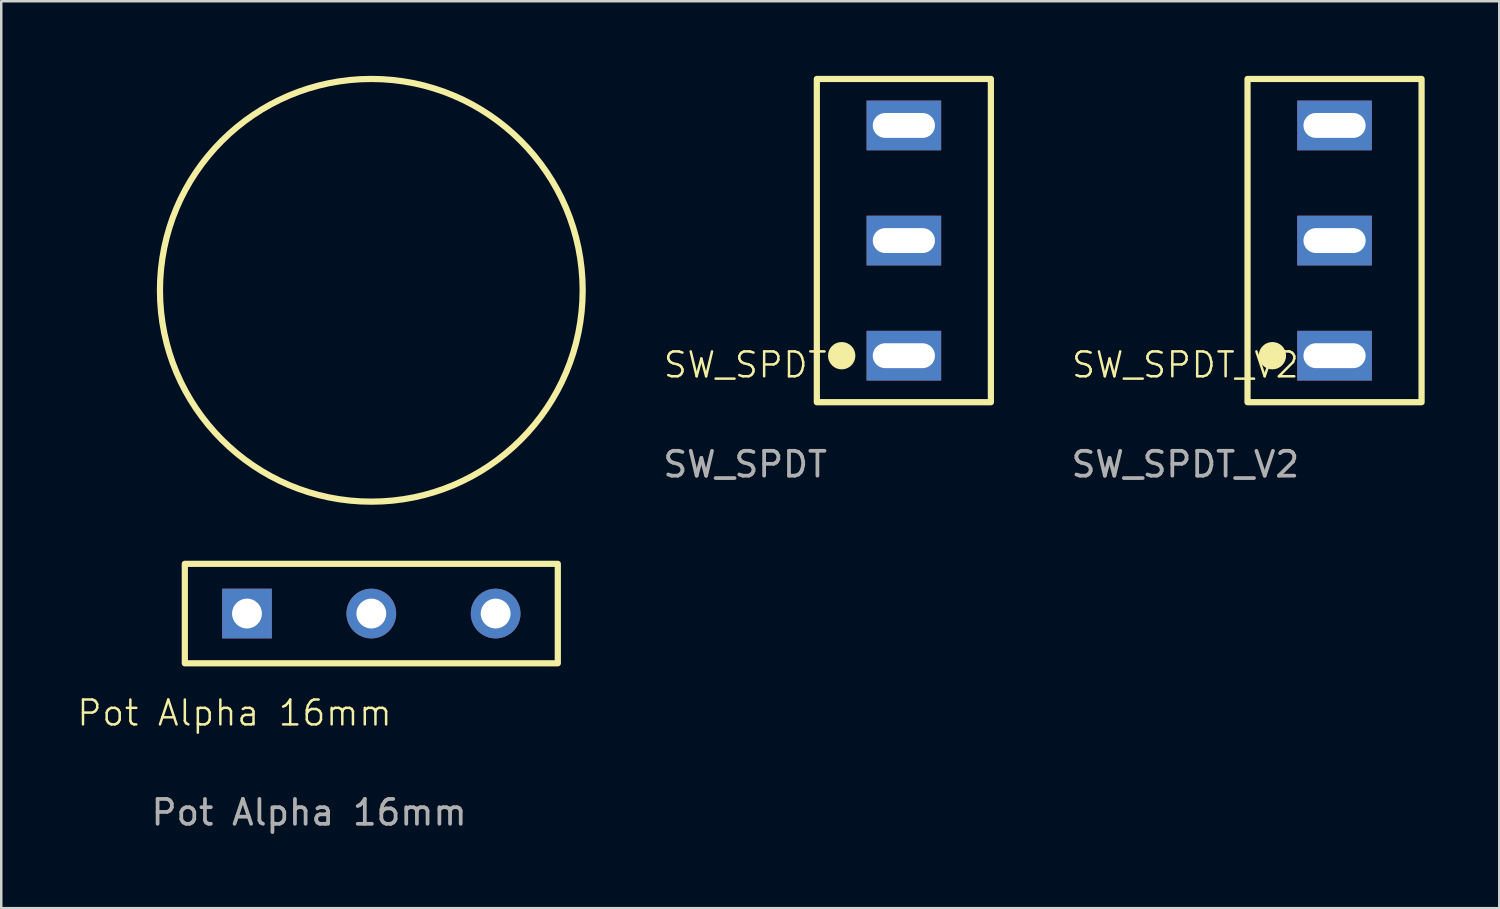
<source format=kicad_pcb>
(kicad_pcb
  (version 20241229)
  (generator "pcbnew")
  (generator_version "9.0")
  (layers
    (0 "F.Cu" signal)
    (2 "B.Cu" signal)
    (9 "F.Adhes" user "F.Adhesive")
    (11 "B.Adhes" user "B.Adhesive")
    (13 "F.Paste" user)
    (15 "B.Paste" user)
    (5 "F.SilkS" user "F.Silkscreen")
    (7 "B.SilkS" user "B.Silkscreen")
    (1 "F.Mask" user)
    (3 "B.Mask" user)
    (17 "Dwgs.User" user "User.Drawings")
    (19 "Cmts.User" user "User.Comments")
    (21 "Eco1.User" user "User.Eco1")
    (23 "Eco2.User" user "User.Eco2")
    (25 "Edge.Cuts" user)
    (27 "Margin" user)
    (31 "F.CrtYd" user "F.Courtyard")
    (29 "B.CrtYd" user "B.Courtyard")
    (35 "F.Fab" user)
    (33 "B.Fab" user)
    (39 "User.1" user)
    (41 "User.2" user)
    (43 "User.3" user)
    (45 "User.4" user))
  (footprint "SW_SPDT_V2"
    (layer "F.Cu")
    (at 50.621 6.625)
    (property "Reference" "SW_SPDT_V2" (at -6 5 0) (unlocked yes) (layer "F.SilkS") (effects (font (size 1 1) (thickness 0.1))))
    (attr through_hole)
    (fp_rect (start -3.5 -6.5) (end 3.5 6.5) (stroke (width 0.25) (type solid)) (fill no) (layer "F.SilkS"))
    (fp_circle (center -2.5 4.63) (end -2 4.63) (stroke (width 0.1) (type solid)) (fill yes) (layer "F.SilkS"))
    (fp_text user "${REFERENCE}" (at -6 9 0) (unlocked yes) (layer "F.Fab") (effects (font (size 1 1) (thickness 0.15))))
    (pad "1" thru_hole rect (at 0 4.63) (size 3 2) (drill oval 2.5 1) (layers "*.Cu" "*.Mask"))
    (pad "2" thru_hole rect (at 0 0) (size 3 2) (drill oval 2.5 1) (layers "*.Cu" "*.Mask"))
    (pad "3" thru_hole rect (at 0 -4.63) (size 3 2) (drill oval 2.5 1) (layers "*.Cu" "*.Mask")))
  (footprint "Pot Alpha 16mm"
    (layer "F.Cu")
    (at 11.883 21.625)
    (property "Reference" "Pot Alpha 16mm" (at -5.5 4 0) (unlocked yes) (layer "F.SilkS") (effects (font (size 1 1) (thickness 0.1))))
    (attr through_hole)
    (fp_rect (start -7.5 -2) (end 7.5 2) (stroke (width 0.25) (type solid)) (fill no) (layer "F.SilkS"))
    (fp_circle (center 0 -13) (end 8.5 -13) (stroke (width 0.25) (type solid)) (fill no) (layer "F.SilkS"))
    (fp_text user "${REFERENCE}" (at -2.5 8 0) (unlocked yes) (layer "F.Fab") (effects (font (size 1 1) (thickness 0.15))))
    (pad "1" thru_hole rect (at -5 0) (size 2 2) (drill 1.2) (layers "*.Cu" "*.Mask"))
    (pad "2" thru_hole circle (at 0 0) (size 2 2) (drill 1.2) (layers "*.Cu" "*.Mask"))
    (pad "3" thru_hole circle (at 5 0) (size 2 2) (drill 1.2) (layers "*.Cu" "*.Mask")))
  (footprint "SW_SPDT "
    (layer "F.Cu")
    (at 33.3 6.625)
    (property "Reference" "SW_SPDT " (at -6 5 0) (unlocked yes) (layer "F.SilkS") (effects (font (size 1 1) (thickness 0.1))))
    (attr through_hole)
    (fp_rect (start -3.5 -6.5) (end 3.5 6.5) (stroke (width 0.25) (type solid)) (fill no) (layer "F.SilkS"))
    (fp_circle (center -2.5 4.63) (end -2 4.63) (stroke (width 0.1) (type solid)) (fill yes) (layer "F.SilkS"))
    (fp_text user "${REFERENCE}" (at -6 9 0) (unlocked yes) (layer "F.Fab") (effects (font (size 1 1) (thickness 0.15))))
    (pad "1" thru_hole rect (at 0 4.63) (size 3 2) (drill oval 2.5 1) (layers "*.Cu" "*.Mask"))
    (pad "2" thru_hole rect (at 0 0) (size 3 2) (drill oval 2.5 1) (layers "*.Cu" "*.Mask"))
    (pad "3" thru_hole rect (at 0 -4.63) (size 3 2) (drill oval 2.5 1) (layers "*.Cu" "*.Mask")))
  (gr_rect
    (start -3 -3)
    (end 57.246 33.473)
    (stroke (width 0.1) (type default))
    (fill no)
    (layer "Edge.Cuts")))
</source>
